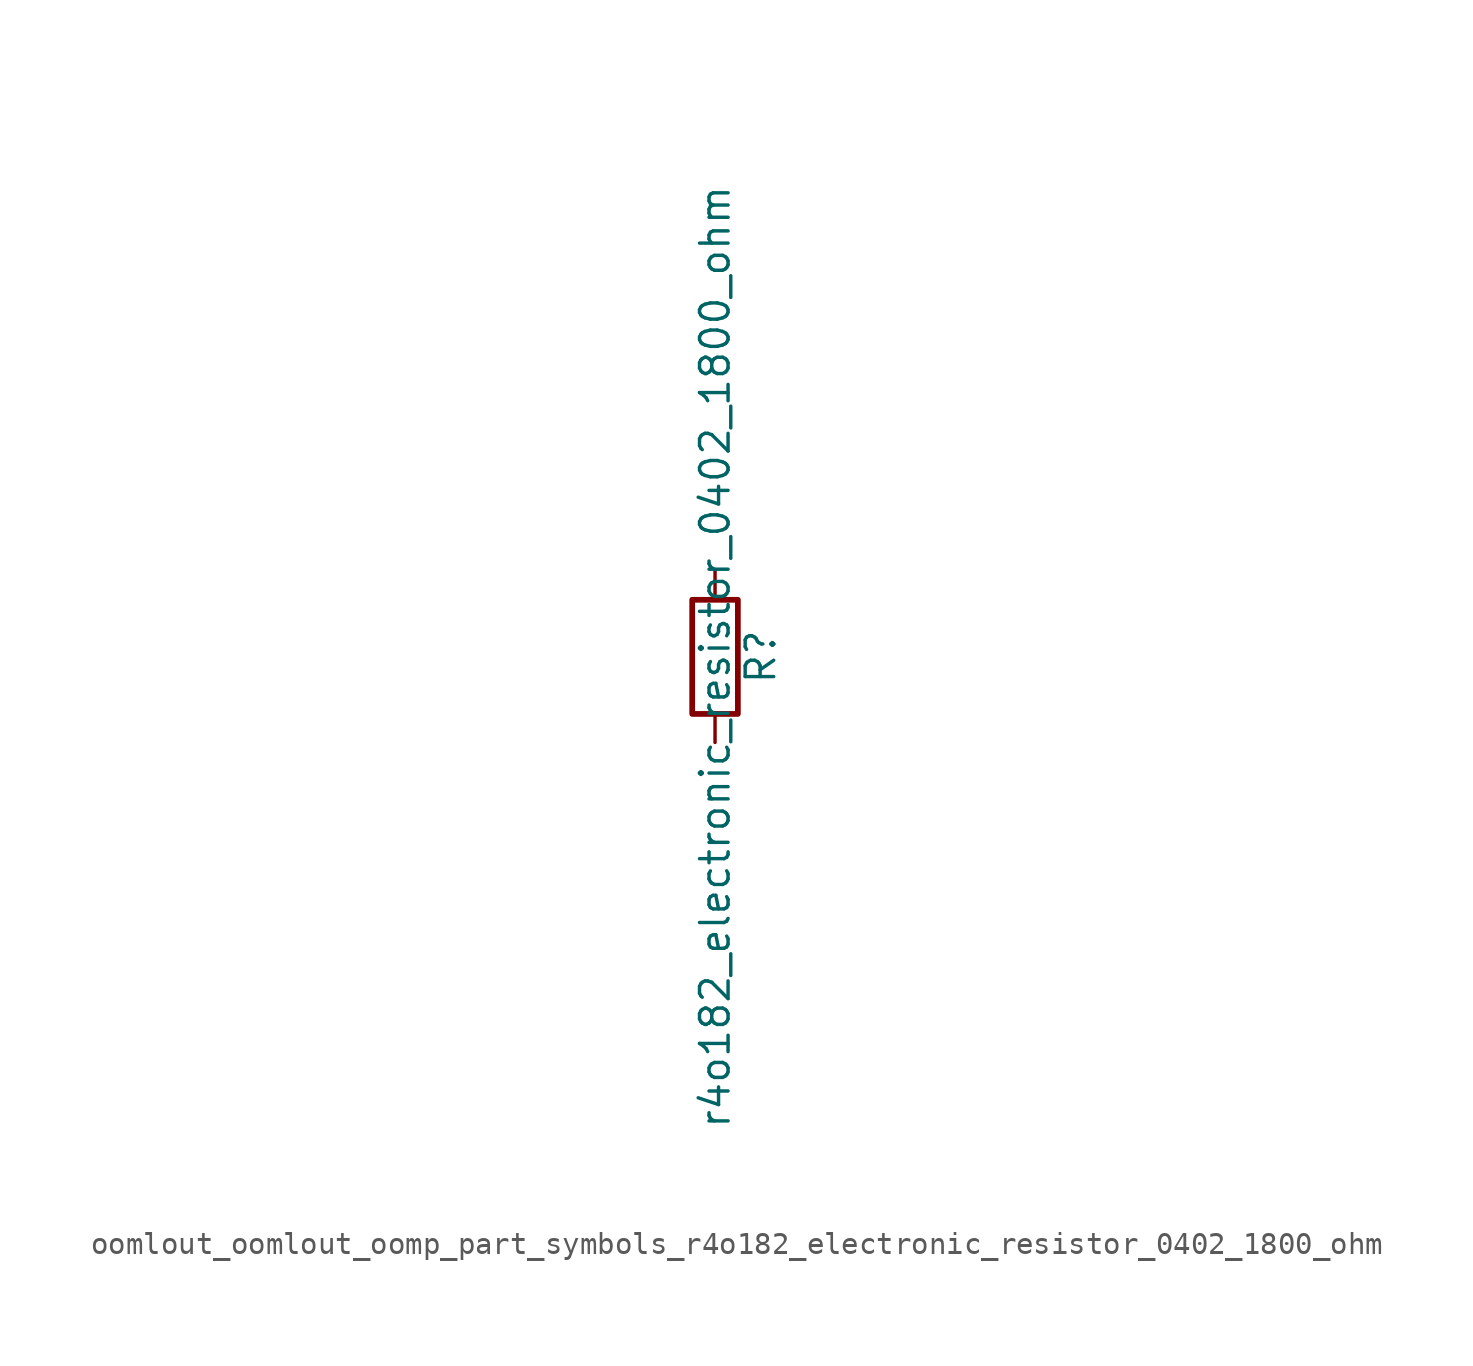
<source format=kicad_sym>
(kicad_symbol_lib
  (version 20220914)
  (generator kicad_symbol_editor)
  (symbol "oomlout_oomlout_oomp_part_symbols_r4o182_electronic_resistor_0402_1800_ohm"
    (pin_numbers hide)
    (pin_names
      (offset 0))
    (property "Reference" "R"
      (at 2.032 0 90)
      (effects (font (size 1.27 1.27))))
    (property "Value" "r4o182_electronic_resistor_0402_1800_ohm"
      (at 0 0 90)
      (effects (font (size 1.27 1.27))))
    (symbol "oomlout_oomlout_oomp_part_symbols_r4o182_electronic_resistor_0402_1800_ohm_0_1"
      (rectangle (start -1.016 -2.54) (end 1.016 2.54) (stroke (width 0.254) (type default)) (fill (type none))))
    (symbol "oomlout_oomlout_oomp_part_symbols_r4o182_electronic_resistor_0402_1800_ohm_1_1"
      (pin passive line (at 0 3.81 270) (length 1.27) (name "~" (effects (font (size 1.27 1.27)))) (number "1" (effects (font (size 1.27 1.27)))))
      (pin passive line (at 0 -3.81 90) (length 1.27) (name "~" (effects (font (size 1.27 1.27)))) (number "2" (effects (font (size 1.27 1.27))))))))
</source>
